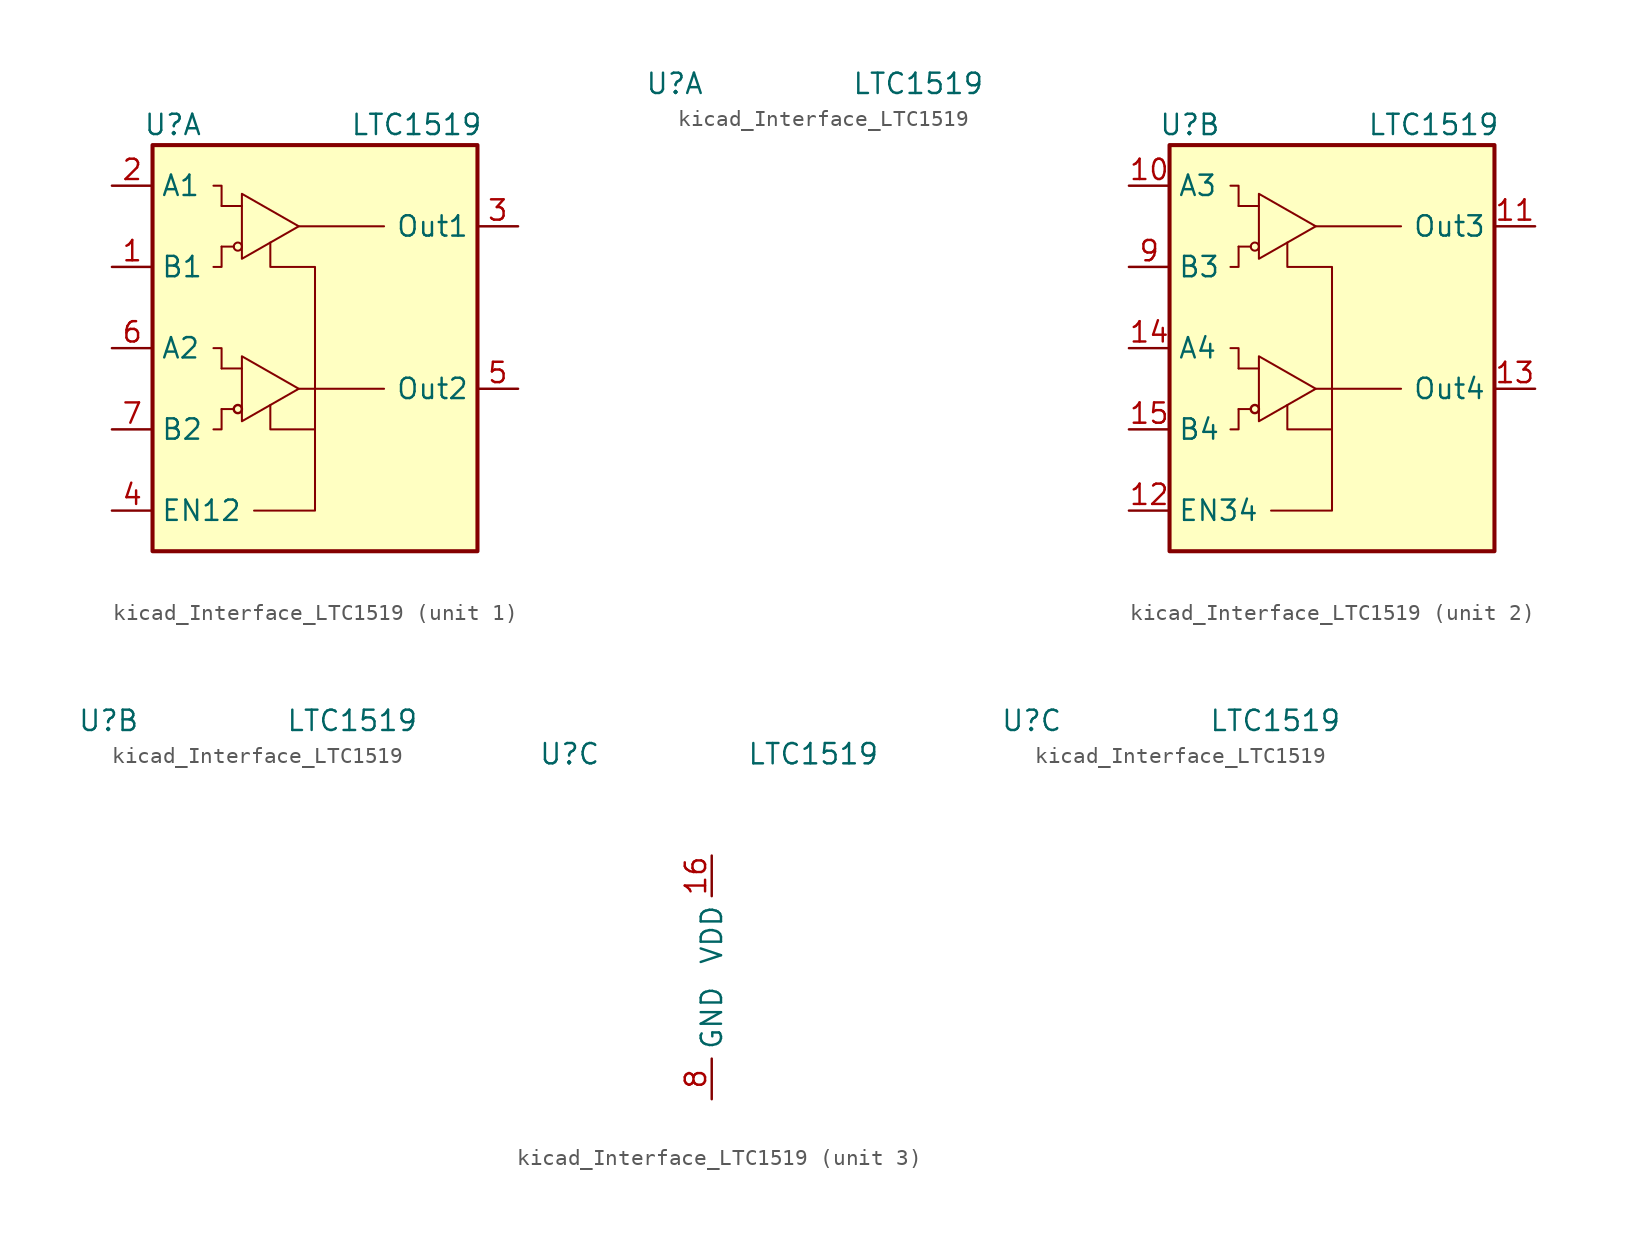
<source format=kicad_sym>
(kicad_symbol_lib
  (version 20220914)
  (generator kicad_symbol_editor)
  (symbol "kicad_Interface_LTC1519"
    (property "Reference" "U"
      (at -8.89 13.97 0)
      (effects (font (size 1.27 1.27))))
    (property "Value" "LTC1519"
      (at 6.35 13.97 0)
      (effects (font (size 1.27 1.27))))
    (property "ki_locked" ""
      (at 0 0 0)
      (effects (font (size 1.27 1.27))))
    (symbol "kicad_Interface_LTC1519_1_1"
      (rectangle (start -10.16 12.7) (end 10.16 -12.7) (stroke (width 0.254) (type default)) (fill (type background)))
      (circle (center -4.826 -3.81) (radius 0.254) (stroke (width 0) (type default)) (fill (type none)))
      (circle (center -4.826 6.35) (radius 0.254) (stroke (width 0.127) (type default)) (fill (type none)))
      (polyline (pts (xy -5.842 -3.81) (xy -5.08 -3.81)) (stroke (width 0.127) (type default)) (fill (type none)))
      (polyline (pts (xy -5.842 -1.27) (xy -4.572 -1.27)) (stroke (width 0.127) (type default)) (fill (type none)))
      (polyline (pts (xy -5.842 6.35) (xy -5.08 6.35)) (stroke (width 0.127) (type default)) (fill (type none)))
      (polyline (pts (xy -5.842 8.89) (xy -4.572 8.89)) (stroke (width 0.127) (type default)) (fill (type none)))
      (polyline (pts (xy -1.016 -2.54) (xy 4.318 -2.54)) (stroke (width 0.127) (type default)) (fill (type none)))
      (polyline (pts (xy -1.016 7.62) (xy 4.318 7.62)) (stroke (width 0.127) (type default)) (fill (type none)))
      (polyline (pts (xy -5.842 -3.81) (xy -5.842 -5.08) (xy -6.35 -5.08)) (stroke (width 0.127) (type default)) (fill (type none)))
      (polyline (pts (xy -5.842 -1.27) (xy -5.842 0) (xy -6.35 0)) (stroke (width 0.127) (type default)) (fill (type none)))
      (polyline (pts (xy -5.842 8.89) (xy -5.842 10.16) (xy -6.35 10.16)) (stroke (width 0.127) (type default)) (fill (type none)))
      (polyline (pts (xy -3.81 -10.16) (xy 0 -10.16) (xy 0 -2.54)) (stroke (width 0.127) (type default)) (fill (type none)))
      (polyline (pts (xy 0 -5.08) (xy -2.794 -5.08) (xy -2.794 -3.556)) (stroke (width 0.127) (type default)) (fill (type none)))
      (polyline (pts (xy -5.842 6.35) (xy -5.842 5.08) (xy -6.096 5.08) (xy -6.35 5.08)) (stroke (width 0.127) (type default)) (fill (type none)))
      (polyline (pts (xy -4.572 -0.508) (xy -4.572 -4.572) (xy -1.016 -2.54) (xy -4.572 -0.508)) (stroke (width 0.127) (type default)) (fill (type none)))
      (polyline (pts (xy -4.572 9.652) (xy -4.572 5.588) (xy -1.016 7.62) (xy -4.572 9.652)) (stroke (width 0.127) (type default)) (fill (type none)))
      (polyline (pts (xy 0 -2.54) (xy 0 5.08) (xy -2.794 5.08) (xy -2.794 6.604)) (stroke (width 0.127) (type default)) (fill (type none)))
      (pin input line (at -12.7 5.08 0) (length 2.54) (name "B1" (effects (font (size 1.27 1.27)))) (number "1" (effects (font (size 1.27 1.27)))))
      (pin input line (at -12.7 10.16 0) (length 2.54) (name "A1" (effects (font (size 1.27 1.27)))) (number "2" (effects (font (size 1.27 1.27)))))
      (pin tri_state line (at 12.7 7.62 180) (length 2.54) (name "Out1" (effects (font (size 1.27 1.27)))) (number "3" (effects (font (size 1.27 1.27)))))
      (pin input line (at -12.7 -10.16 0) (length 2.54) (name "EN12" (effects (font (size 1.27 1.27)))) (number "4" (effects (font (size 1.27 1.27)))))
      (pin tri_state line (at 12.7 -2.54 180) (length 2.54) (name "Out2" (effects (font (size 1.27 1.27)))) (number "5" (effects (font (size 1.27 1.27)))))
      (pin input line (at -12.7 0 0) (length 2.54) (name "A2" (effects (font (size 1.27 1.27)))) (number "6" (effects (font (size 1.27 1.27)))))
      (pin input line (at -12.7 -5.08 0) (length 2.54) (name "B2" (effects (font (size 1.27 1.27)))) (number "7" (effects (font (size 1.27 1.27))))))
    (symbol "kicad_Interface_LTC1519_2_1"
      (rectangle (start -10.16 12.7) (end 10.16 -12.7) (stroke (width 0.254) (type default)) (fill (type background)))
      (circle (center -4.826 -3.81) (radius 0.254) (stroke (width 0) (type default)) (fill (type none)))
      (circle (center -4.826 6.35) (radius 0.254) (stroke (width 0.127) (type default)) (fill (type none)))
      (polyline (pts (xy -5.842 -3.81) (xy -5.08 -3.81)) (stroke (width 0.127) (type default)) (fill (type none)))
      (polyline (pts (xy -5.842 -1.27) (xy -4.572 -1.27)) (stroke (width 0.127) (type default)) (fill (type none)))
      (polyline (pts (xy -5.842 6.35) (xy -5.08 6.35)) (stroke (width 0.127) (type default)) (fill (type none)))
      (polyline (pts (xy -5.842 8.89) (xy -4.572 8.89)) (stroke (width 0.127) (type default)) (fill (type none)))
      (polyline (pts (xy -1.016 -2.54) (xy 4.318 -2.54)) (stroke (width 0.127) (type default)) (fill (type none)))
      (polyline (pts (xy -1.016 7.62) (xy 4.318 7.62)) (stroke (width 0.127) (type default)) (fill (type none)))
      (polyline (pts (xy -5.842 -3.81) (xy -5.842 -5.08) (xy -6.35 -5.08)) (stroke (width 0.127) (type default)) (fill (type none)))
      (polyline (pts (xy -5.842 -1.27) (xy -5.842 0) (xy -6.35 0)) (stroke (width 0.127) (type default)) (fill (type none)))
      (polyline (pts (xy -5.842 8.89) (xy -5.842 10.16) (xy -6.35 10.16)) (stroke (width 0.127) (type default)) (fill (type none)))
      (polyline (pts (xy -3.81 -10.16) (xy 0 -10.16) (xy 0 -2.54)) (stroke (width 0.127) (type default)) (fill (type none)))
      (polyline (pts (xy 0 -5.08) (xy -2.794 -5.08) (xy -2.794 -3.556)) (stroke (width 0.127) (type default)) (fill (type none)))
      (polyline (pts (xy -5.842 6.35) (xy -5.842 5.08) (xy -6.096 5.08) (xy -6.35 5.08)) (stroke (width 0.127) (type default)) (fill (type none)))
      (polyline (pts (xy -4.572 -0.508) (xy -4.572 -4.572) (xy -1.016 -2.54) (xy -4.572 -0.508)) (stroke (width 0.127) (type default)) (fill (type none)))
      (polyline (pts (xy -4.572 9.652) (xy -4.572 5.588) (xy -1.016 7.62) (xy -4.572 9.652)) (stroke (width 0.127) (type default)) (fill (type none)))
      (polyline (pts (xy 0 -2.54) (xy 0 5.08) (xy -2.794 5.08) (xy -2.794 6.604)) (stroke (width 0.127) (type default)) (fill (type none)))
      (pin input line (at -12.7 10.16 0) (length 2.54) (name "A3" (effects (font (size 1.27 1.27)))) (number "10" (effects (font (size 1.27 1.27)))))
      (pin tri_state line (at 12.7 7.62 180) (length 2.54) (name "Out3" (effects (font (size 1.27 1.27)))) (number "11" (effects (font (size 1.27 1.27)))))
      (pin input line (at -12.7 -10.16 0) (length 2.54) (name "EN34" (effects (font (size 1.27 1.27)))) (number "12" (effects (font (size 1.27 1.27)))))
      (pin tri_state line (at 12.7 -2.54 180) (length 2.54) (name "Out4" (effects (font (size 1.27 1.27)))) (number "13" (effects (font (size 1.27 1.27)))))
      (pin input line (at -12.7 0 0) (length 2.54) (name "A4" (effects (font (size 1.27 1.27)))) (number "14" (effects (font (size 1.27 1.27)))))
      (pin input line (at -12.7 -5.08 0) (length 2.54) (name "B4" (effects (font (size 1.27 1.27)))) (number "15" (effects (font (size 1.27 1.27)))))
      (pin input line (at -12.7 5.08 0) (length 2.54) (name "B3" (effects (font (size 1.27 1.27)))) (number "9" (effects (font (size 1.27 1.27))))))
    (symbol "kicad_Interface_LTC1519_3_1"
      (pin power_in line (at 0 7.62 270) (length 2.54) (name "VDD" (effects (font (size 1.27 1.27)))) (number "16" (effects (font (size 1.27 1.27)))))
      (pin power_in line (at 0 -7.62 90) (length 2.54) (name "GND" (effects (font (size 1.27 1.27)))) (number "8" (effects (font (size 1.27 1.27))))))
    (symbol "kicad_Interface_LTC1519_3_3"
      (circle (center 0 -5.08) (radius 0.254) (stroke (width 0.127) (type default)) (fill (type outline))))))
</source>
